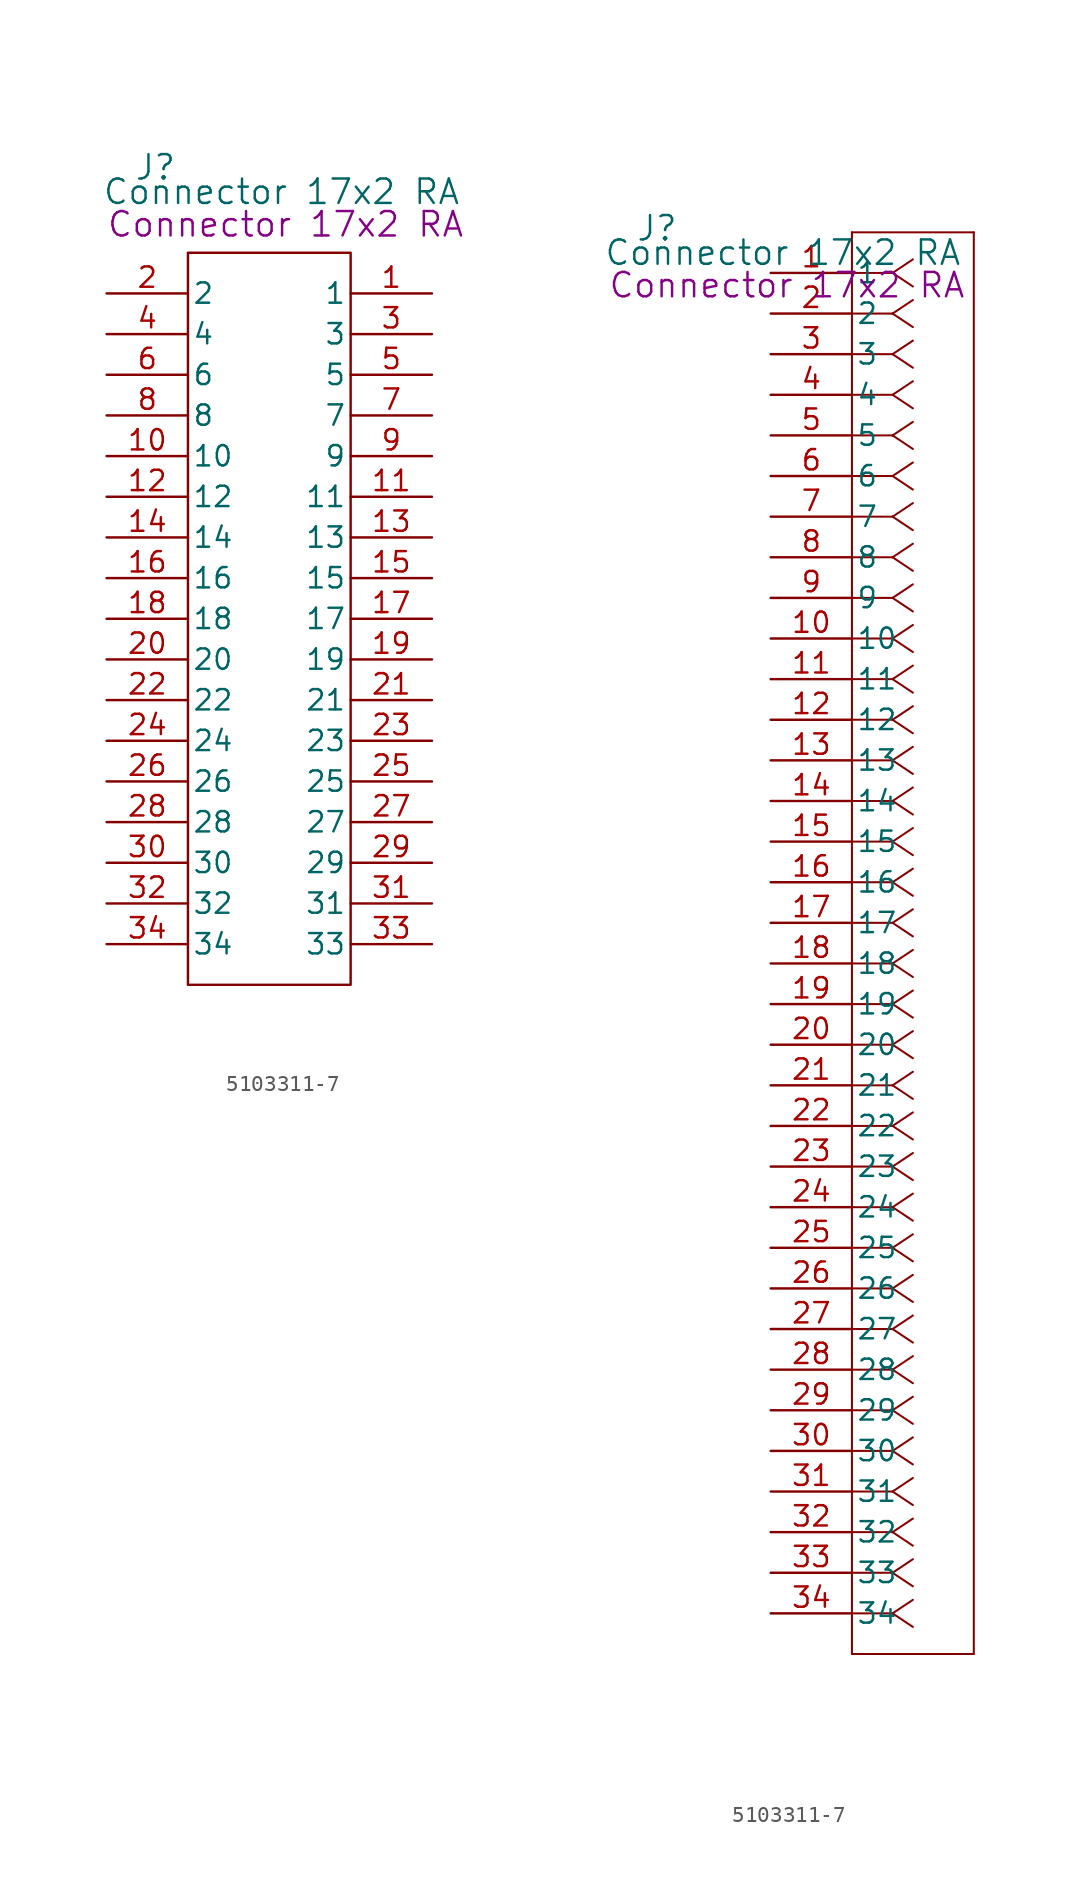
<source format=kicad_sym>
(kicad_symbol_lib
  (version 20241209)
  (generator "kicad_symbol_editor")
  (generator_version "9.0")
  (symbol "5103311-7"
    (pin_names
      (offset 0.254))
    (property "Reference" "J"
      (at -7.112 2.794 0)
      (effects (font (size 1.524 1.524))))
    (property "Value" "Connector 17x2 RA"
      (at 0.762 1.27 0)
      (effects (font (size 1.524 1.524))))
    (property "Description" "Connector 17x2 RA"
      (at 1.016 -0.762 0)
      (effects (font (size 1.524 1.524))))
    (symbol "5103311-7_0_1"
      (rectangle (start -5.08 -2.54) (end 5.08 -48.26) (stroke (width 0) (type default)) (fill (type none))))
    (symbol "5103311-7_1_1"
      (pin unspecified line (at -10.16 -5.08 0) (length 5.08) (name "2" (effects (font (size 1.27 1.27)))) (number "2" (effects (font (size 1.27 1.27)))))
      (pin unspecified line (at -10.16 -7.62 0) (length 5.08) (name "4" (effects (font (size 1.27 1.27)))) (number "4" (effects (font (size 1.27 1.27)))))
      (pin unspecified line (at -10.16 -10.16 0) (length 5.08) (name "6" (effects (font (size 1.27 1.27)))) (number "6" (effects (font (size 1.27 1.27)))))
      (pin unspecified line (at -10.16 -12.7 0) (length 5.08) (name "8" (effects (font (size 1.27 1.27)))) (number "8" (effects (font (size 1.27 1.27)))))
      (pin unspecified line (at -10.16 -15.24 0) (length 5.08) (name "10" (effects (font (size 1.27 1.27)))) (number "10" (effects (font (size 1.27 1.27)))))
      (pin unspecified line (at -10.16 -17.78 0) (length 5.08) (name "12" (effects (font (size 1.27 1.27)))) (number "12" (effects (font (size 1.27 1.27)))))
      (pin unspecified line (at -10.16 -20.32 0) (length 5.08) (name "14" (effects (font (size 1.27 1.27)))) (number "14" (effects (font (size 1.27 1.27)))))
      (pin unspecified line (at -10.16 -22.86 0) (length 5.08) (name "16" (effects (font (size 1.27 1.27)))) (number "16" (effects (font (size 1.27 1.27)))))
      (pin unspecified line (at -10.16 -25.4 0) (length 5.08) (name "18" (effects (font (size 1.27 1.27)))) (number "18" (effects (font (size 1.27 1.27)))))
      (pin unspecified line (at -10.16 -27.94 0) (length 5.08) (name "20" (effects (font (size 1.27 1.27)))) (number "20" (effects (font (size 1.27 1.27)))))
      (pin unspecified line (at -10.16 -30.48 0) (length 5.08) (name "22" (effects (font (size 1.27 1.27)))) (number "22" (effects (font (size 1.27 1.27)))))
      (pin unspecified line (at -10.16 -33.02 0) (length 5.08) (name "24" (effects (font (size 1.27 1.27)))) (number "24" (effects (font (size 1.27 1.27)))))
      (pin unspecified line (at -10.16 -35.56 0) (length 5.08) (name "26" (effects (font (size 1.27 1.27)))) (number "26" (effects (font (size 1.27 1.27)))))
      (pin unspecified line (at -10.16 -38.1 0) (length 5.08) (name "28" (effects (font (size 1.27 1.27)))) (number "28" (effects (font (size 1.27 1.27)))))
      (pin unspecified line (at -10.16 -40.64 0) (length 5.08) (name "30" (effects (font (size 1.27 1.27)))) (number "30" (effects (font (size 1.27 1.27)))))
      (pin unspecified line (at -10.16 -43.18 0) (length 5.08) (name "32" (effects (font (size 1.27 1.27)))) (number "32" (effects (font (size 1.27 1.27)))))
      (pin unspecified line (at -10.16 -45.72 0) (length 5.08) (name "34" (effects (font (size 1.27 1.27)))) (number "34" (effects (font (size 1.27 1.27)))))
      (pin unspecified line (at 10.16 -5.08 180) (length 5.08) (name "1" (effects (font (size 1.27 1.27)))) (number "1" (effects (font (size 1.27 1.27)))))
      (pin unspecified line (at 10.16 -7.62 180) (length 5.08) (name "3" (effects (font (size 1.27 1.27)))) (number "3" (effects (font (size 1.27 1.27)))))
      (pin unspecified line (at 10.16 -10.16 180) (length 5.08) (name "5" (effects (font (size 1.27 1.27)))) (number "5" (effects (font (size 1.27 1.27)))))
      (pin unspecified line (at 10.16 -12.7 180) (length 5.08) (name "7" (effects (font (size 1.27 1.27)))) (number "7" (effects (font (size 1.27 1.27)))))
      (pin unspecified line (at 10.16 -15.24 180) (length 5.08) (name "9" (effects (font (size 1.27 1.27)))) (number "9" (effects (font (size 1.27 1.27)))))
      (pin unspecified line (at 10.16 -17.78 180) (length 5.08) (name "11" (effects (font (size 1.27 1.27)))) (number "11" (effects (font (size 1.27 1.27)))))
      (pin unspecified line (at 10.16 -20.32 180) (length 5.08) (name "13" (effects (font (size 1.27 1.27)))) (number "13" (effects (font (size 1.27 1.27)))))
      (pin unspecified line (at 10.16 -22.86 180) (length 5.08) (name "15" (effects (font (size 1.27 1.27)))) (number "15" (effects (font (size 1.27 1.27)))))
      (pin unspecified line (at 10.16 -25.4 180) (length 5.08) (name "17" (effects (font (size 1.27 1.27)))) (number "17" (effects (font (size 1.27 1.27)))))
      (pin unspecified line (at 10.16 -27.94 180) (length 5.08) (name "19" (effects (font (size 1.27 1.27)))) (number "19" (effects (font (size 1.27 1.27)))))
      (pin unspecified line (at 10.16 -30.48 180) (length 5.08) (name "21" (effects (font (size 1.27 1.27)))) (number "21" (effects (font (size 1.27 1.27)))))
      (pin unspecified line (at 10.16 -33.02 180) (length 5.08) (name "23" (effects (font (size 1.27 1.27)))) (number "23" (effects (font (size 1.27 1.27)))))
      (pin unspecified line (at 10.16 -35.56 180) (length 5.08) (name "25" (effects (font (size 1.27 1.27)))) (number "25" (effects (font (size 1.27 1.27)))))
      (pin unspecified line (at 10.16 -38.1 180) (length 5.08) (name "27" (effects (font (size 1.27 1.27)))) (number "27" (effects (font (size 1.27 1.27)))))
      (pin unspecified line (at 10.16 -40.64 180) (length 5.08) (name "29" (effects (font (size 1.27 1.27)))) (number "29" (effects (font (size 1.27 1.27)))))
      (pin unspecified line (at 10.16 -43.18 180) (length 5.08) (name "31" (effects (font (size 1.27 1.27)))) (number "31" (effects (font (size 1.27 1.27)))))
      (pin unspecified line (at 10.16 -45.72 180) (length 5.08) (name "33" (effects (font (size 1.27 1.27)))) (number "33" (effects (font (size 1.27 1.27))))))
    (symbol "5103311-7_1_2"
      (polyline (pts (xy 5.08 2.54) (xy 5.08 -86.36)) (stroke (width 0.127) (type default)) (fill (type none)))
      (polyline (pts (xy 5.08 -86.36) (xy 12.7 -86.36)) (stroke (width 0.127) (type default)) (fill (type none)))
      (polyline (pts (xy 7.62 0) (xy 5.08 0)) (stroke (width 0.127) (type default)) (fill (type none)))
      (polyline (pts (xy 7.62 0) (xy 8.89 0.847)) (stroke (width 0.127) (type default)) (fill (type none)))
      (polyline (pts (xy 7.62 0) (xy 8.89 -0.847)) (stroke (width 0.127) (type default)) (fill (type none)))
      (polyline (pts (xy 7.62 -2.54) (xy 5.08 -2.54)) (stroke (width 0.127) (type default)) (fill (type none)))
      (polyline (pts (xy 7.62 -2.54) (xy 8.89 -1.693)) (stroke (width 0.127) (type default)) (fill (type none)))
      (polyline (pts (xy 7.62 -2.54) (xy 8.89 -3.387)) (stroke (width 0.127) (type default)) (fill (type none)))
      (polyline (pts (xy 7.62 -5.08) (xy 5.08 -5.08)) (stroke (width 0.127) (type default)) (fill (type none)))
      (polyline (pts (xy 7.62 -5.08) (xy 8.89 -4.233)) (stroke (width 0.127) (type default)) (fill (type none)))
      (polyline (pts (xy 7.62 -5.08) (xy 8.89 -5.927)) (stroke (width 0.127) (type default)) (fill (type none)))
      (polyline (pts (xy 7.62 -7.62) (xy 5.08 -7.62)) (stroke (width 0.127) (type default)) (fill (type none)))
      (polyline (pts (xy 7.62 -7.62) (xy 8.89 -6.773)) (stroke (width 0.127) (type default)) (fill (type none)))
      (polyline (pts (xy 7.62 -7.62) (xy 8.89 -8.467)) (stroke (width 0.127) (type default)) (fill (type none)))
      (polyline (pts (xy 7.62 -10.16) (xy 5.08 -10.16)) (stroke (width 0.127) (type default)) (fill (type none)))
      (polyline (pts (xy 7.62 -10.16) (xy 8.89 -9.313)) (stroke (width 0.127) (type default)) (fill (type none)))
      (polyline (pts (xy 7.62 -10.16) (xy 8.89 -11.007)) (stroke (width 0.127) (type default)) (fill (type none)))
      (polyline (pts (xy 7.62 -12.7) (xy 5.08 -12.7)) (stroke (width 0.127) (type default)) (fill (type none)))
      (polyline (pts (xy 7.62 -12.7) (xy 8.89 -11.853)) (stroke (width 0.127) (type default)) (fill (type none)))
      (polyline (pts (xy 7.62 -12.7) (xy 8.89 -13.547)) (stroke (width 0.127) (type default)) (fill (type none)))
      (polyline (pts (xy 7.62 -15.24) (xy 5.08 -15.24)) (stroke (width 0.127) (type default)) (fill (type none)))
      (polyline (pts (xy 7.62 -15.24) (xy 8.89 -14.393)) (stroke (width 0.127) (type default)) (fill (type none)))
      (polyline (pts (xy 7.62 -15.24) (xy 8.89 -16.087)) (stroke (width 0.127) (type default)) (fill (type none)))
      (polyline (pts (xy 7.62 -17.78) (xy 5.08 -17.78)) (stroke (width 0.127) (type default)) (fill (type none)))
      (polyline (pts (xy 7.62 -17.78) (xy 8.89 -16.933)) (stroke (width 0.127) (type default)) (fill (type none)))
      (polyline (pts (xy 7.62 -17.78) (xy 8.89 -18.627)) (stroke (width 0.127) (type default)) (fill (type none)))
      (polyline (pts (xy 7.62 -20.32) (xy 5.08 -20.32)) (stroke (width 0.127) (type default)) (fill (type none)))
      (polyline (pts (xy 7.62 -20.32) (xy 8.89 -19.473)) (stroke (width 0.127) (type default)) (fill (type none)))
      (polyline (pts (xy 7.62 -20.32) (xy 8.89 -21.167)) (stroke (width 0.127) (type default)) (fill (type none)))
      (polyline (pts (xy 7.62 -22.86) (xy 5.08 -22.86)) (stroke (width 0.127) (type default)) (fill (type none)))
      (polyline (pts (xy 7.62 -22.86) (xy 8.89 -22.013)) (stroke (width 0.127) (type default)) (fill (type none)))
      (polyline (pts (xy 7.62 -22.86) (xy 8.89 -23.707)) (stroke (width 0.127) (type default)) (fill (type none)))
      (polyline (pts (xy 7.62 -25.4) (xy 5.08 -25.4)) (stroke (width 0.127) (type default)) (fill (type none)))
      (polyline (pts (xy 7.62 -25.4) (xy 8.89 -24.553)) (stroke (width 0.127) (type default)) (fill (type none)))
      (polyline (pts (xy 7.62 -25.4) (xy 8.89 -26.247)) (stroke (width 0.127) (type default)) (fill (type none)))
      (polyline (pts (xy 7.62 -27.94) (xy 5.08 -27.94)) (stroke (width 0.127) (type default)) (fill (type none)))
      (polyline (pts (xy 7.62 -27.94) (xy 8.89 -27.093)) (stroke (width 0.127) (type default)) (fill (type none)))
      (polyline (pts (xy 7.62 -27.94) (xy 8.89 -28.787)) (stroke (width 0.127) (type default)) (fill (type none)))
      (polyline (pts (xy 7.62 -30.48) (xy 5.08 -30.48)) (stroke (width 0.127) (type default)) (fill (type none)))
      (polyline (pts (xy 7.62 -30.48) (xy 8.89 -29.633)) (stroke (width 0.127) (type default)) (fill (type none)))
      (polyline (pts (xy 7.62 -30.48) (xy 8.89 -31.327)) (stroke (width 0.127) (type default)) (fill (type none)))
      (polyline (pts (xy 7.62 -33.02) (xy 5.08 -33.02)) (stroke (width 0.127) (type default)) (fill (type none)))
      (polyline (pts (xy 7.62 -33.02) (xy 8.89 -32.173)) (stroke (width 0.127) (type default)) (fill (type none)))
      (polyline (pts (xy 7.62 -33.02) (xy 8.89 -33.867)) (stroke (width 0.127) (type default)) (fill (type none)))
      (polyline (pts (xy 7.62 -35.56) (xy 5.08 -35.56)) (stroke (width 0.127) (type default)) (fill (type none)))
      (polyline (pts (xy 7.62 -35.56) (xy 8.89 -34.713)) (stroke (width 0.127) (type default)) (fill (type none)))
      (polyline (pts (xy 7.62 -35.56) (xy 8.89 -36.407)) (stroke (width 0.127) (type default)) (fill (type none)))
      (polyline (pts (xy 7.62 -38.1) (xy 5.08 -38.1)) (stroke (width 0.127) (type default)) (fill (type none)))
      (polyline (pts (xy 7.62 -38.1) (xy 8.89 -37.253)) (stroke (width 0.127) (type default)) (fill (type none)))
      (polyline (pts (xy 7.62 -38.1) (xy 8.89 -38.947)) (stroke (width 0.127) (type default)) (fill (type none)))
      (polyline (pts (xy 7.62 -40.64) (xy 5.08 -40.64)) (stroke (width 0.127) (type default)) (fill (type none)))
      (polyline (pts (xy 7.62 -40.64) (xy 8.89 -39.793)) (stroke (width 0.127) (type default)) (fill (type none)))
      (polyline (pts (xy 7.62 -40.64) (xy 8.89 -41.487)) (stroke (width 0.127) (type default)) (fill (type none)))
      (polyline (pts (xy 7.62 -43.18) (xy 5.08 -43.18)) (stroke (width 0.127) (type default)) (fill (type none)))
      (polyline (pts (xy 7.62 -43.18) (xy 8.89 -42.333)) (stroke (width 0.127) (type default)) (fill (type none)))
      (polyline (pts (xy 7.62 -43.18) (xy 8.89 -44.027)) (stroke (width 0.127) (type default)) (fill (type none)))
      (polyline (pts (xy 7.62 -45.72) (xy 5.08 -45.72)) (stroke (width 0.127) (type default)) (fill (type none)))
      (polyline (pts (xy 7.62 -45.72) (xy 8.89 -44.873)) (stroke (width 0.127) (type default)) (fill (type none)))
      (polyline (pts (xy 7.62 -45.72) (xy 8.89 -46.567)) (stroke (width 0.127) (type default)) (fill (type none)))
      (polyline (pts (xy 7.62 -48.26) (xy 5.08 -48.26)) (stroke (width 0.127) (type default)) (fill (type none)))
      (polyline (pts (xy 7.62 -48.26) (xy 8.89 -47.413)) (stroke (width 0.127) (type default)) (fill (type none)))
      (polyline (pts (xy 7.62 -48.26) (xy 8.89 -49.107)) (stroke (width 0.127) (type default)) (fill (type none)))
      (polyline (pts (xy 7.62 -50.8) (xy 5.08 -50.8)) (stroke (width 0.127) (type default)) (fill (type none)))
      (polyline (pts (xy 7.62 -50.8) (xy 8.89 -49.953)) (stroke (width 0.127) (type default)) (fill (type none)))
      (polyline (pts (xy 7.62 -50.8) (xy 8.89 -51.647)) (stroke (width 0.127) (type default)) (fill (type none)))
      (polyline (pts (xy 7.62 -53.34) (xy 5.08 -53.34)) (stroke (width 0.127) (type default)) (fill (type none)))
      (polyline (pts (xy 7.62 -53.34) (xy 8.89 -52.493)) (stroke (width 0.127) (type default)) (fill (type none)))
      (polyline (pts (xy 7.62 -53.34) (xy 8.89 -54.187)) (stroke (width 0.127) (type default)) (fill (type none)))
      (polyline (pts (xy 7.62 -55.88) (xy 5.08 -55.88)) (stroke (width 0.127) (type default)) (fill (type none)))
      (polyline (pts (xy 7.62 -55.88) (xy 8.89 -55.033)) (stroke (width 0.127) (type default)) (fill (type none)))
      (polyline (pts (xy 7.62 -55.88) (xy 8.89 -56.727)) (stroke (width 0.127) (type default)) (fill (type none)))
      (polyline (pts (xy 7.62 -58.42) (xy 5.08 -58.42)) (stroke (width 0.127) (type default)) (fill (type none)))
      (polyline (pts (xy 7.62 -58.42) (xy 8.89 -57.573)) (stroke (width 0.127) (type default)) (fill (type none)))
      (polyline (pts (xy 7.62 -58.42) (xy 8.89 -59.267)) (stroke (width 0.127) (type default)) (fill (type none)))
      (polyline (pts (xy 7.62 -60.96) (xy 5.08 -60.96)) (stroke (width 0.127) (type default)) (fill (type none)))
      (polyline (pts (xy 7.62 -60.96) (xy 8.89 -60.113)) (stroke (width 0.127) (type default)) (fill (type none)))
      (polyline (pts (xy 7.62 -60.96) (xy 8.89 -61.807)) (stroke (width 0.127) (type default)) (fill (type none)))
      (polyline (pts (xy 7.62 -63.5) (xy 5.08 -63.5)) (stroke (width 0.127) (type default)) (fill (type none)))
      (polyline (pts (xy 7.62 -63.5) (xy 8.89 -62.653)) (stroke (width 0.127) (type default)) (fill (type none)))
      (polyline (pts (xy 7.62 -63.5) (xy 8.89 -64.347)) (stroke (width 0.127) (type default)) (fill (type none)))
      (polyline (pts (xy 7.62 -66.04) (xy 5.08 -66.04)) (stroke (width 0.127) (type default)) (fill (type none)))
      (polyline (pts (xy 7.62 -66.04) (xy 8.89 -65.193)) (stroke (width 0.127) (type default)) (fill (type none)))
      (polyline (pts (xy 7.62 -66.04) (xy 8.89 -66.887)) (stroke (width 0.127) (type default)) (fill (type none)))
      (polyline (pts (xy 7.62 -68.58) (xy 5.08 -68.58)) (stroke (width 0.127) (type default)) (fill (type none)))
      (polyline (pts (xy 7.62 -68.58) (xy 8.89 -67.733)) (stroke (width 0.127) (type default)) (fill (type none)))
      (polyline (pts (xy 7.62 -68.58) (xy 8.89 -69.427)) (stroke (width 0.127) (type default)) (fill (type none)))
      (polyline (pts (xy 7.62 -71.12) (xy 5.08 -71.12)) (stroke (width 0.127) (type default)) (fill (type none)))
      (polyline (pts (xy 7.62 -71.12) (xy 8.89 -70.273)) (stroke (width 0.127) (type default)) (fill (type none)))
      (polyline (pts (xy 7.62 -71.12) (xy 8.89 -71.967)) (stroke (width 0.127) (type default)) (fill (type none)))
      (polyline (pts (xy 7.62 -73.66) (xy 5.08 -73.66)) (stroke (width 0.127) (type default)) (fill (type none)))
      (polyline (pts (xy 7.62 -73.66) (xy 8.89 -72.813)) (stroke (width 0.127) (type default)) (fill (type none)))
      (polyline (pts (xy 7.62 -73.66) (xy 8.89 -74.507)) (stroke (width 0.127) (type default)) (fill (type none)))
      (polyline (pts (xy 7.62 -76.2) (xy 5.08 -76.2)) (stroke (width 0.127) (type default)) (fill (type none)))
      (polyline (pts (xy 7.62 -76.2) (xy 8.89 -75.353)) (stroke (width 0.127) (type default)) (fill (type none)))
      (polyline (pts (xy 7.62 -76.2) (xy 8.89 -77.047)) (stroke (width 0.127) (type default)) (fill (type none)))
      (polyline (pts (xy 7.62 -78.74) (xy 5.08 -78.74)) (stroke (width 0.127) (type default)) (fill (type none)))
      (polyline (pts (xy 7.62 -78.74) (xy 8.89 -77.893)) (stroke (width 0.127) (type default)) (fill (type none)))
      (polyline (pts (xy 7.62 -78.74) (xy 8.89 -79.587)) (stroke (width 0.127) (type default)) (fill (type none)))
      (polyline (pts (xy 7.62 -81.28) (xy 5.08 -81.28)) (stroke (width 0.127) (type default)) (fill (type none)))
      (polyline (pts (xy 7.62 -81.28) (xy 8.89 -80.433)) (stroke (width 0.127) (type default)) (fill (type none)))
      (polyline (pts (xy 7.62 -81.28) (xy 8.89 -82.127)) (stroke (width 0.127) (type default)) (fill (type none)))
      (polyline (pts (xy 7.62 -83.82) (xy 5.08 -83.82)) (stroke (width 0.127) (type default)) (fill (type none)))
      (polyline (pts (xy 7.62 -83.82) (xy 8.89 -82.973)) (stroke (width 0.127) (type default)) (fill (type none)))
      (polyline (pts (xy 7.62 -83.82) (xy 8.89 -84.667)) (stroke (width 0.127) (type default)) (fill (type none)))
      (polyline (pts (xy 12.7 2.54) (xy 5.08 2.54)) (stroke (width 0.127) (type default)) (fill (type none)))
      (polyline (pts (xy 12.7 -86.36) (xy 12.7 2.54)) (stroke (width 0.127) (type default)) (fill (type none)))
      (pin unspecified line (at 0 0 0) (length 5.08) (name "1" (effects (font (size 1.27 1.27)))) (number "1" (effects (font (size 1.27 1.27)))))
      (pin unspecified line (at 0 -2.54 0) (length 5.08) (name "2" (effects (font (size 1.27 1.27)))) (number "2" (effects (font (size 1.27 1.27)))))
      (pin unspecified line (at 0 -5.08 0) (length 5.08) (name "3" (effects (font (size 1.27 1.27)))) (number "3" (effects (font (size 1.27 1.27)))))
      (pin unspecified line (at 0 -7.62 0) (length 5.08) (name "4" (effects (font (size 1.27 1.27)))) (number "4" (effects (font (size 1.27 1.27)))))
      (pin unspecified line (at 0 -10.16 0) (length 5.08) (name "5" (effects (font (size 1.27 1.27)))) (number "5" (effects (font (size 1.27 1.27)))))
      (pin unspecified line (at 0 -12.7 0) (length 5.08) (name "6" (effects (font (size 1.27 1.27)))) (number "6" (effects (font (size 1.27 1.27)))))
      (pin unspecified line (at 0 -15.24 0) (length 5.08) (name "7" (effects (font (size 1.27 1.27)))) (number "7" (effects (font (size 1.27 1.27)))))
      (pin unspecified line (at 0 -17.78 0) (length 5.08) (name "8" (effects (font (size 1.27 1.27)))) (number "8" (effects (font (size 1.27 1.27)))))
      (pin unspecified line (at 0 -20.32 0) (length 5.08) (name "9" (effects (font (size 1.27 1.27)))) (number "9" (effects (font (size 1.27 1.27)))))
      (pin unspecified line (at 0 -22.86 0) (length 5.08) (name "10" (effects (font (size 1.27 1.27)))) (number "10" (effects (font (size 1.27 1.27)))))
      (pin unspecified line (at 0 -25.4 0) (length 5.08) (name "11" (effects (font (size 1.27 1.27)))) (number "11" (effects (font (size 1.27 1.27)))))
      (pin unspecified line (at 0 -27.94 0) (length 5.08) (name "12" (effects (font (size 1.27 1.27)))) (number "12" (effects (font (size 1.27 1.27)))))
      (pin unspecified line (at 0 -30.48 0) (length 5.08) (name "13" (effects (font (size 1.27 1.27)))) (number "13" (effects (font (size 1.27 1.27)))))
      (pin unspecified line (at 0 -33.02 0) (length 5.08) (name "14" (effects (font (size 1.27 1.27)))) (number "14" (effects (font (size 1.27 1.27)))))
      (pin unspecified line (at 0 -35.56 0) (length 5.08) (name "15" (effects (font (size 1.27 1.27)))) (number "15" (effects (font (size 1.27 1.27)))))
      (pin unspecified line (at 0 -38.1 0) (length 5.08) (name "16" (effects (font (size 1.27 1.27)))) (number "16" (effects (font (size 1.27 1.27)))))
      (pin unspecified line (at 0 -40.64 0) (length 5.08) (name "17" (effects (font (size 1.27 1.27)))) (number "17" (effects (font (size 1.27 1.27)))))
      (pin unspecified line (at 0 -43.18 0) (length 5.08) (name "18" (effects (font (size 1.27 1.27)))) (number "18" (effects (font (size 1.27 1.27)))))
      (pin unspecified line (at 0 -45.72 0) (length 5.08) (name "19" (effects (font (size 1.27 1.27)))) (number "19" (effects (font (size 1.27 1.27)))))
      (pin unspecified line (at 0 -48.26 0) (length 5.08) (name "20" (effects (font (size 1.27 1.27)))) (number "20" (effects (font (size 1.27 1.27)))))
      (pin unspecified line (at 0 -50.8 0) (length 5.08) (name "21" (effects (font (size 1.27 1.27)))) (number "21" (effects (font (size 1.27 1.27)))))
      (pin unspecified line (at 0 -53.34 0) (length 5.08) (name "22" (effects (font (size 1.27 1.27)))) (number "22" (effects (font (size 1.27 1.27)))))
      (pin unspecified line (at 0 -55.88 0) (length 5.08) (name "23" (effects (font (size 1.27 1.27)))) (number "23" (effects (font (size 1.27 1.27)))))
      (pin unspecified line (at 0 -58.42 0) (length 5.08) (name "24" (effects (font (size 1.27 1.27)))) (number "24" (effects (font (size 1.27 1.27)))))
      (pin unspecified line (at 0 -60.96 0) (length 5.08) (name "25" (effects (font (size 1.27 1.27)))) (number "25" (effects (font (size 1.27 1.27)))))
      (pin unspecified line (at 0 -63.5 0) (length 5.08) (name "26" (effects (font (size 1.27 1.27)))) (number "26" (effects (font (size 1.27 1.27)))))
      (pin unspecified line (at 0 -66.04 0) (length 5.08) (name "27" (effects (font (size 1.27 1.27)))) (number "27" (effects (font (size 1.27 1.27)))))
      (pin unspecified line (at 0 -68.58 0) (length 5.08) (name "28" (effects (font (size 1.27 1.27)))) (number "28" (effects (font (size 1.27 1.27)))))
      (pin unspecified line (at 0 -71.12 0) (length 5.08) (name "29" (effects (font (size 1.27 1.27)))) (number "29" (effects (font (size 1.27 1.27)))))
      (pin unspecified line (at 0 -73.66 0) (length 5.08) (name "30" (effects (font (size 1.27 1.27)))) (number "30" (effects (font (size 1.27 1.27)))))
      (pin unspecified line (at 0 -76.2 0) (length 5.08) (name "31" (effects (font (size 1.27 1.27)))) (number "31" (effects (font (size 1.27 1.27)))))
      (pin unspecified line (at 0 -78.74 0) (length 5.08) (name "32" (effects (font (size 1.27 1.27)))) (number "32" (effects (font (size 1.27 1.27)))))
      (pin unspecified line (at 0 -81.28 0) (length 5.08) (name "33" (effects (font (size 1.27 1.27)))) (number "33" (effects (font (size 1.27 1.27)))))
      (pin unspecified line (at 0 -83.82 0) (length 5.08) (name "34" (effects (font (size 1.27 1.27)))) (number "34" (effects (font (size 1.27 1.27))))))))
</source>
